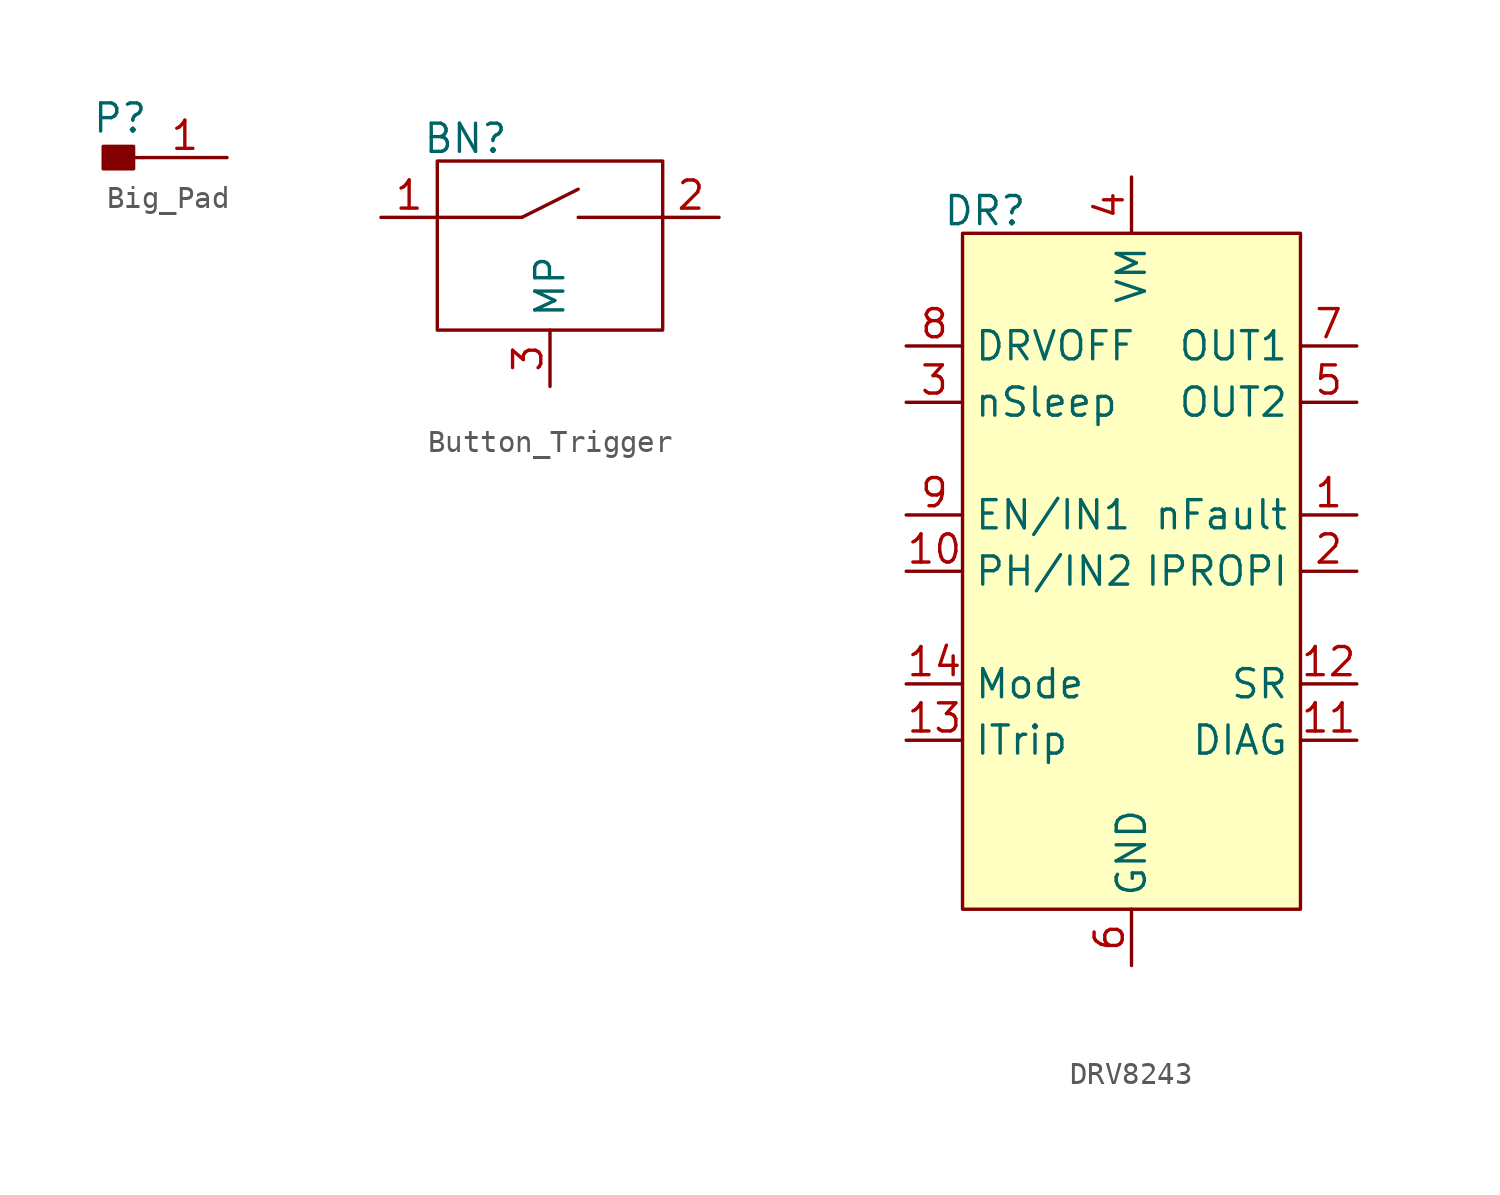
<source format=kicad_sym>
(kicad_symbol_lib
  (version 20231120)
  (generator "kicad_symbol_editor")
  (generator_version "8.0")
  (symbol "Big_Pad"
    (property "Reference" "P"
      (at 0.254 1.778 0)
      (effects (font (size 1.27 1.27))))
    (property "Value" ""
      (at 0 0 0)
      (effects (font (size 1.27 1.27))))
    (symbol "Big_Pad_1_1"
      (rectangle (start -0.508 0.508) (end 0.864 -0.508) (stroke (width 0.152) (type default)) (fill (type outline)))
      (polyline (pts (xy 1.27 0) (xy 0.864 0)) (stroke (width 0.152) (type default)) (fill (type none)))
      (pin passive line (at 5.08 0 180) (length 3.81) (name "" (effects (font (size 1.27 1.27)))) (number "1" (effects (font (size 1.27 1.27)))))
      (pin passive line (at 5.08 0 180) (length 3.81) hide (name "" (effects (font (size 1.27 1.27)))) (number "10" (effects (font (size 1.27 1.27)))))
      (pin passive line (at 5.08 0 180) (length 3.81) hide (name "" (effects (font (size 1.27 1.27)))) (number "11" (effects (font (size 1.27 1.27)))))
      (pin passive line (at 5.08 0 180) (length 3.81) hide (name "" (effects (font (size 1.27 1.27)))) (number "12" (effects (font (size 1.27 1.27)))))
      (pin passive line (at 5.08 0 180) (length 3.81) hide (name "" (effects (font (size 1.27 1.27)))) (number "13" (effects (font (size 1.27 1.27)))))
      (pin passive line (at 5.08 0 180) (length 3.81) hide (name "" (effects (font (size 1.27 1.27)))) (number "14" (effects (font (size 1.27 1.27)))))
      (pin passive line (at 5.08 0 180) (length 3.81) hide (name "" (effects (font (size 1.27 1.27)))) (number "15" (effects (font (size 1.27 1.27)))))
      (pin passive line (at 5.08 0 180) (length 3.81) hide (name "" (effects (font (size 1.27 1.27)))) (number "16" (effects (font (size 1.27 1.27)))))
      (pin passive line (at 5.08 0 180) (length 3.81) hide (name "" (effects (font (size 1.27 1.27)))) (number "17" (effects (font (size 1.27 1.27)))))
      (pin passive line (at 5.08 0 180) (length 3.81) hide (name "" (effects (font (size 1.27 1.27)))) (number "18" (effects (font (size 1.27 1.27)))))
      (pin passive line (at 5.08 0 180) (length 3.81) hide (name "" (effects (font (size 1.27 1.27)))) (number "19" (effects (font (size 1.27 1.27)))))
      (pin passive line (at 5.08 0 180) (length 3.81) hide (name "" (effects (font (size 1.27 1.27)))) (number "20" (effects (font (size 1.27 1.27)))))
      (pin passive line (at 5.08 0 180) (length 3.81) hide (name "" (effects (font (size 1.27 1.27)))) (number "21" (effects (font (size 1.27 1.27)))))
      (pin passive line (at 5.08 0 180) (length 3.81) hide (name "" (effects (font (size 1.27 1.27)))) (number "22" (effects (font (size 1.27 1.27)))))
      (pin passive line (at 5.08 0 180) (length 3.81) hide (name "" (effects (font (size 1.27 1.27)))) (number "23" (effects (font (size 1.27 1.27)))))
      (pin passive line (at 5.08 0 180) (length 3.81) hide (name "" (effects (font (size 1.27 1.27)))) (number "24" (effects (font (size 1.27 1.27)))))
      (pin passive line (at 5.08 0 180) (length 3.81) hide (name "" (effects (font (size 1.27 1.27)))) (number "25" (effects (font (size 1.27 1.27)))))
      (pin passive line (at 5.08 0 180) (length 3.81) hide (name "" (effects (font (size 1.27 1.27)))) (number "26" (effects (font (size 1.27 1.27)))))
      (pin passive line (at 5.08 0 180) (length 3.81) hide (name "" (effects (font (size 1.27 1.27)))) (number "27" (effects (font (size 1.27 1.27)))))
      (pin passive line (at 5.08 0 180) (length 3.81) hide (name "" (effects (font (size 1.27 1.27)))) (number "3" (effects (font (size 1.27 1.27)))))
      (pin passive line (at 5.08 0 180) (length 3.81) hide (name "" (effects (font (size 1.27 1.27)))) (number "4" (effects (font (size 1.27 1.27)))))
      (pin passive line (at 5.08 0 180) (length 3.81) hide (name "" (effects (font (size 1.27 1.27)))) (number "5" (effects (font (size 1.27 1.27)))))
      (pin passive line (at 5.08 0 180) (length 3.81) hide (name "" (effects (font (size 1.27 1.27)))) (number "6" (effects (font (size 1.27 1.27)))))
      (pin passive line (at 5.08 0 180) (length 3.81) hide (name "" (effects (font (size 1.27 1.27)))) (number "7" (effects (font (size 1.27 1.27)))))
      (pin passive line (at 5.08 0 180) (length 3.81) hide (name "" (effects (font (size 1.27 1.27)))) (number "8" (effects (font (size 1.27 1.27)))))
      (pin passive line (at 5.08 0 180) (length 3.81) hide (name "" (effects (font (size 1.27 1.27)))) (number "9" (effects (font (size 1.27 1.27)))))))
  (symbol "Button_Trigger"
    (property "Reference" "BN"
      (at -3.81 2.286 0)
      (effects (font (size 1.27 1.27))))
    (property "Value" ""
      (at 0 0 0)
      (effects (font (size 1.27 1.27))))
    (symbol "Button_Trigger_0_1"
      (rectangle (start -5.08 1.27) (end 5.08 -6.35) (stroke (width 0) (type default)) (fill (type none)))
      (polyline (pts (xy -5.08 -1.27) (xy -1.27 -1.27)) (stroke (width 0) (type default)) (fill (type none)))
      (polyline (pts (xy -1.27 -1.27) (xy 1.27 0)) (stroke (width 0) (type default)) (fill (type none)))
      (polyline (pts (xy 1.27 -1.27) (xy 5.08 -1.27)) (stroke (width 0) (type default)) (fill (type none))))
    (symbol "Button_Trigger_1_1"
      (pin passive line (at -7.62 -1.27 0) (length 2.54) (name "" (effects (font (size 1.27 1.27)))) (number "1" (effects (font (size 1.27 1.27)))))
      (pin passive line (at 7.62 -1.27 180) (length 2.54) (name "" (effects (font (size 1.27 1.27)))) (number "2" (effects (font (size 1.27 1.27)))))
      (pin passive line (at 0 -8.89 90) (length 2.54) (name "MP" (effects (font (size 1.27 1.27)))) (number "3" (effects (font (size 1.27 1.27)))))
      (pin passive line (at 0 -8.89 90) (length 2.54) hide (name "" (effects (font (size 1.27 1.27)))) (number "4" (effects (font (size 1.27 1.27)))))))
  (symbol "DRV8243"
    (property "Reference" "DR"
      (at -6.604 16.256 0)
      (effects (font (size 1.27 1.27))))
    (property "Value" ""
      (at 0 0 0)
      (effects (font (size 1.27 1.27))))
    (symbol "DRV8243_1_1"
      (rectangle (start -7.62 15.24) (end 7.62 -15.24) (stroke (width 0) (type default)) (fill (type background)))
      (pin output line (at 10.16 2.54 180) (length 2.54) (name "nFault" (effects (font (size 1.27 1.27)))) (number "1" (effects (font (size 1.27 1.27)))))
      (pin input line (at -10.16 0 0) (length 2.54) (name "PH/IN2" (effects (font (size 1.27 1.27)))) (number "10" (effects (font (size 1.27 1.27)))))
      (pin input line (at 10.16 -7.62 180) (length 2.54) (name "DIAG" (effects (font (size 1.27 1.27)))) (number "11" (effects (font (size 1.27 1.27)))))
      (pin input line (at 10.16 -5.08 180) (length 2.54) (name "SR" (effects (font (size 1.27 1.27)))) (number "12" (effects (font (size 1.27 1.27)))))
      (pin input line (at -10.16 -7.62 0) (length 2.54) (name "ITrip" (effects (font (size 1.27 1.27)))) (number "13" (effects (font (size 1.27 1.27)))))
      (pin input line (at -10.16 -5.08 0) (length 2.54) (name "Mode" (effects (font (size 1.27 1.27)))) (number "14" (effects (font (size 1.27 1.27)))))
      (pin output line (at 10.16 0 180) (length 2.54) (name "IPROPI" (effects (font (size 1.27 1.27)))) (number "2" (effects (font (size 1.27 1.27)))))
      (pin input line (at -10.16 7.62 0) (length 2.54) (name "nSleep" (effects (font (size 1.27 1.27)))) (number "3" (effects (font (size 1.27 1.27)))))
      (pin power_in line (at 0 17.78 270) (length 2.54) (name "VM" (effects (font (size 1.27 1.27)))) (number "4" (effects (font (size 1.27 1.27)))))
      (pin power_out line (at 10.16 7.62 180) (length 2.54) (name "OUT2" (effects (font (size 1.27 1.27)))) (number "5" (effects (font (size 1.27 1.27)))))
      (pin power_in line (at 0 -17.78 90) (length 2.54) (name "GND" (effects (font (size 1.27 1.27)))) (number "6" (effects (font (size 1.27 1.27)))))
      (pin power_out line (at 10.16 10.16 180) (length 2.54) (name "OUT1" (effects (font (size 1.27 1.27)))) (number "7" (effects (font (size 1.27 1.27)))))
      (pin input line (at -10.16 10.16 0) (length 2.54) (name "DRVOFF" (effects (font (size 1.27 1.27)))) (number "8" (effects (font (size 1.27 1.27)))))
      (pin input line (at -10.16 2.54 0) (length 2.54) (name "EN/IN1" (effects (font (size 1.27 1.27)))) (number "9" (effects (font (size 1.27 1.27))))))))
</source>
